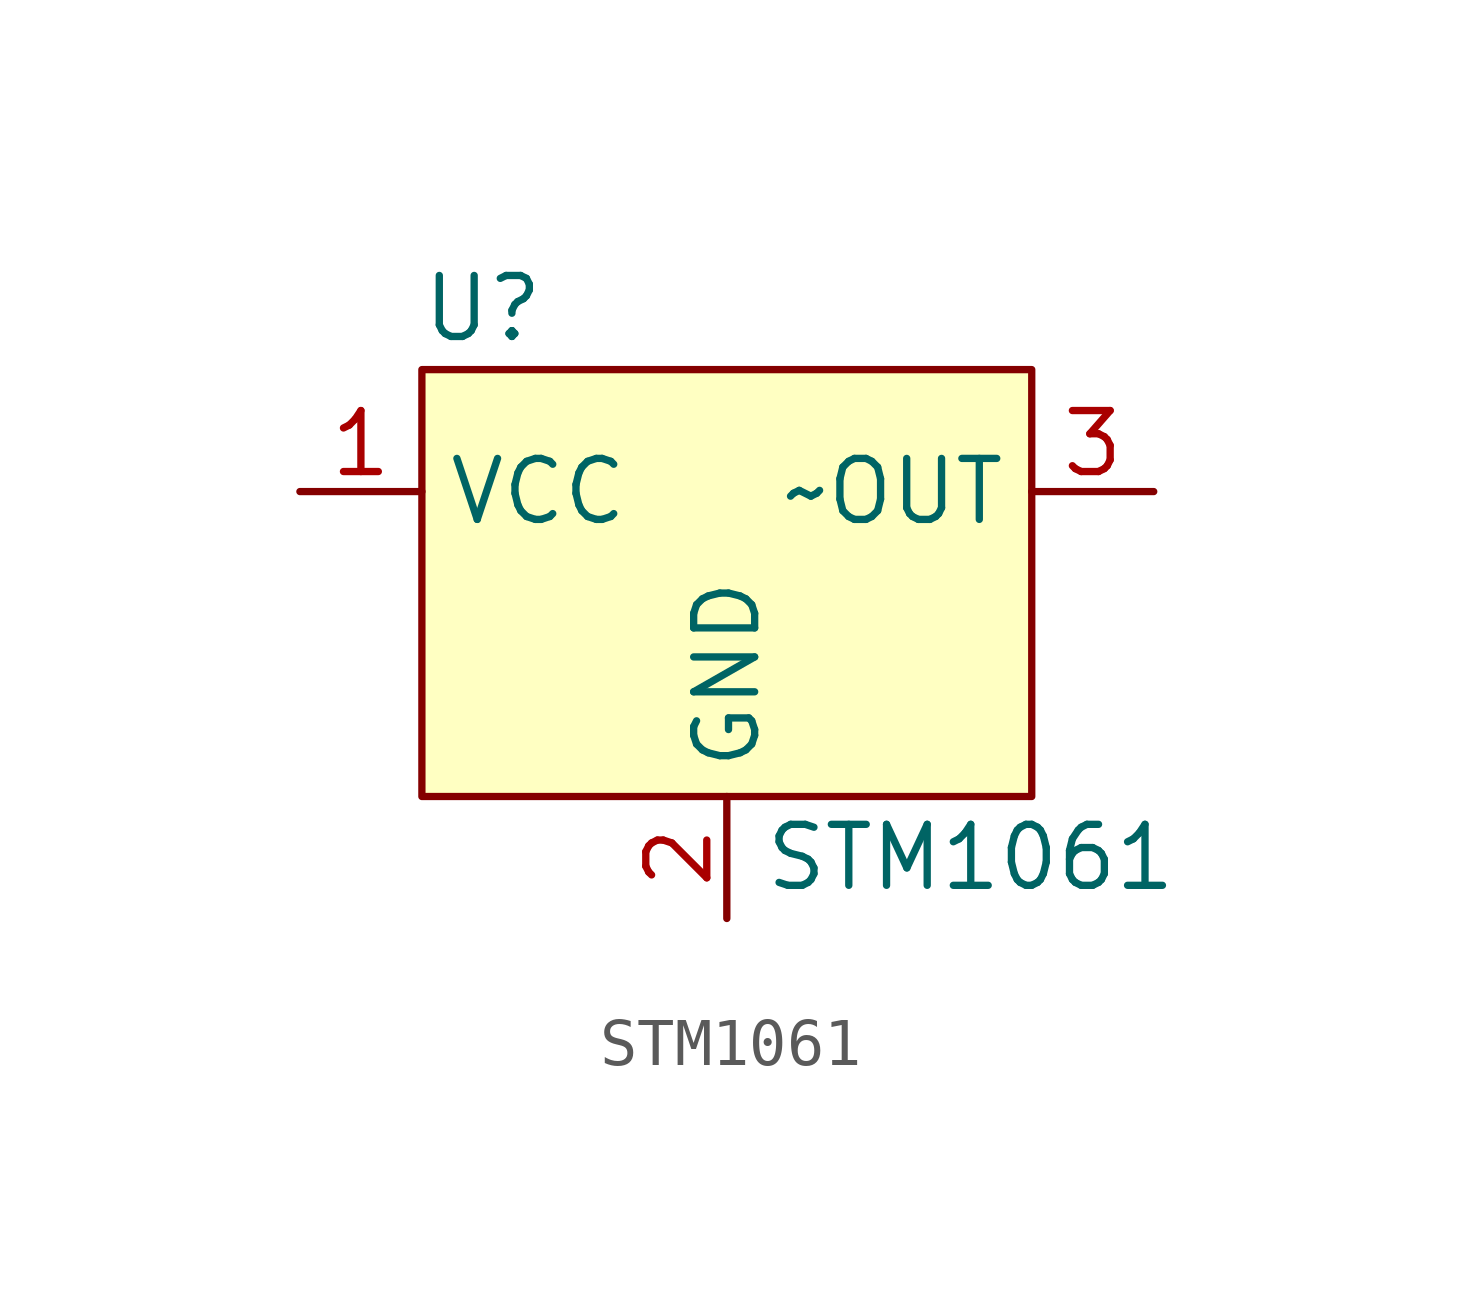
<source format=kicad_sym>
(kicad_symbol_lib
  (version 20210619)
  (generator kicad_symbol_editor)
  (symbol "Soil_Sensor:STM1061"
    (property "Reference" "U"
      (at -5.08 3.81 0)
      (effects (font (size 1.27 1.27))))
    (property "Value" "STM1061"
      (at 5.08 -7.62 0)
      (effects (font (size 1.27 1.27))))
    (symbol "STM1061_0_0"
      (pin power_in line (at -8.89 0 0) (length 2.54) (name "VCC" (effects (font (size 1.27 1.27)))) (number "1" (effects (font (size 1.27 1.27)))))
      (pin power_in line (at 0 -8.89 90) (length 2.54) (name "GND" (effects (font (size 1.27 1.27)))) (number "2" (effects (font (size 1.27 1.27)))))
      (pin output line (at 8.89 0 180) (length 2.54) (name "~OUT" (effects (font (size 1.27 1.27)))) (number "3" (effects (font (size 1.27 1.27))))))
    (symbol "STM1061_0_1"
      (rectangle (start -6.35 2.54) (end 6.35 -6.35) (stroke (width 0.152)) (fill (type background))))))
</source>
